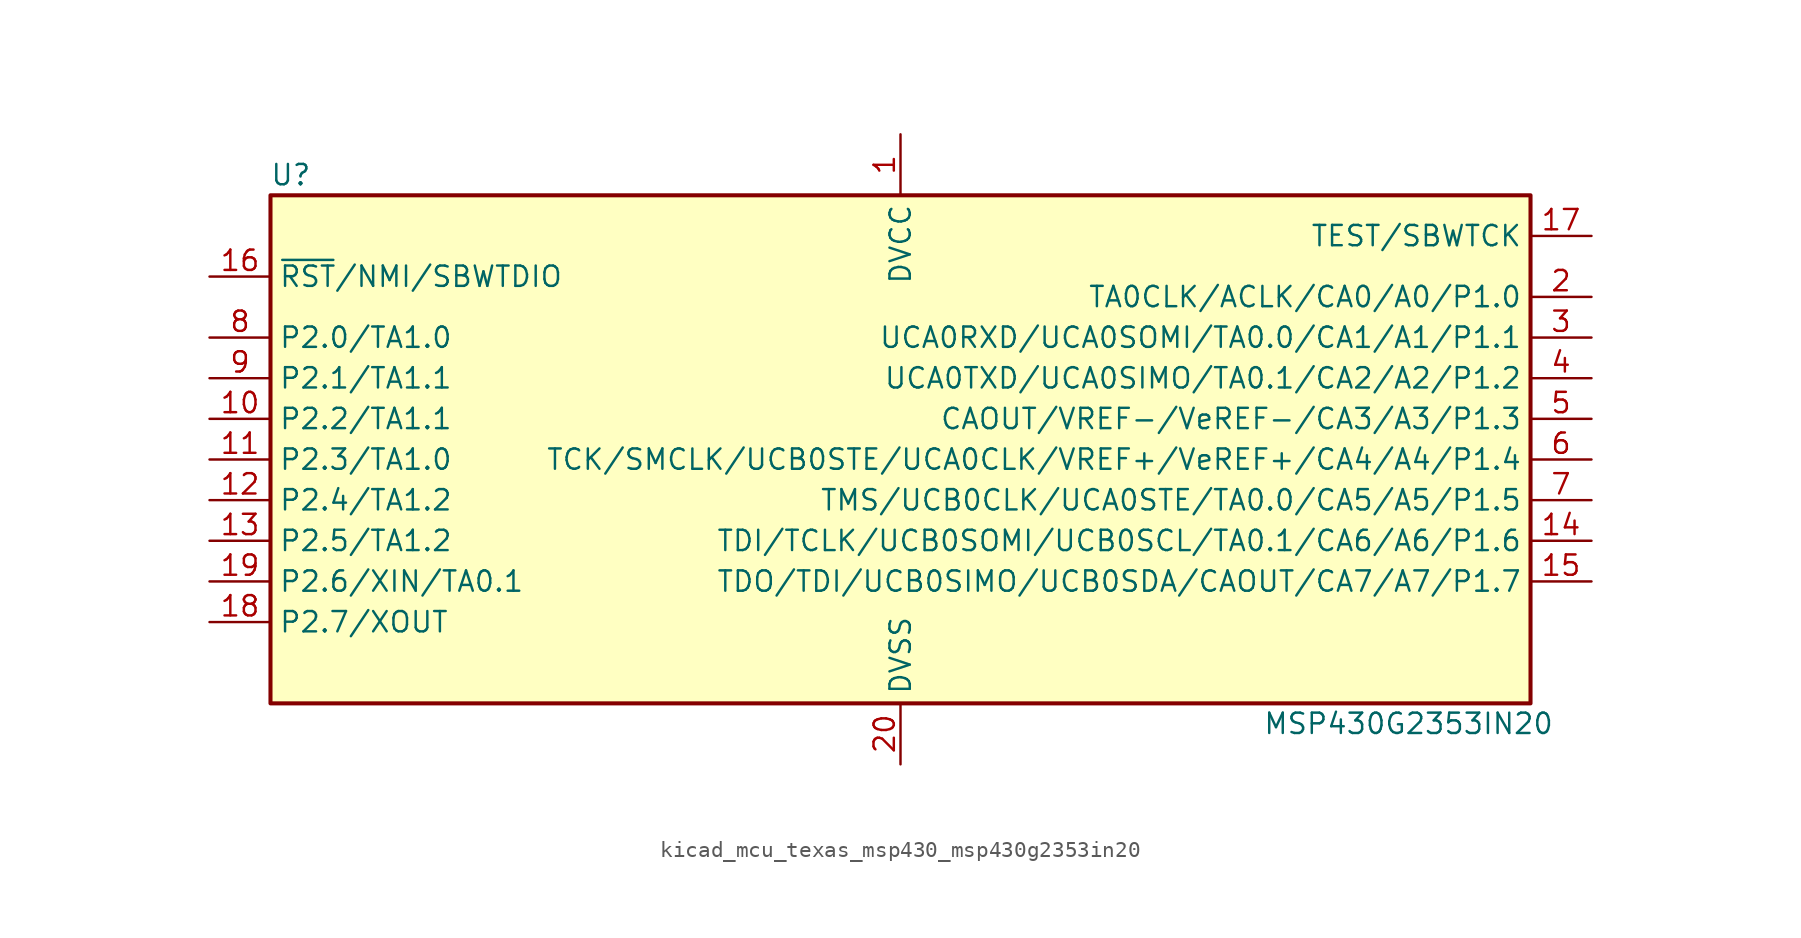
<source format=kicad_sym>
(kicad_symbol_lib
  (version 20220914)
  (generator kicad_symbol_editor)
  (symbol "kicad_mcu_texas_msp430_msp430g2353in20"
    (property "Reference" "U"
      (at -38.1 17.78 0)
      (effects (font (size 1.27 1.27))))
    (property "Value" "MSP430G2353IN20"
      (at 31.75 -16.51 0)
      (effects (font (size 1.27 1.27))))
    (symbol "kicad_mcu_texas_msp430_msp430g2353in20_0_1"
      (rectangle (start -39.37 16.51) (end 39.37 -15.24) (stroke (width 0.254) (type default)) (fill (type background))))
    (symbol "kicad_mcu_texas_msp430_msp430g2353in20_1_1"
      (pin power_in line (at 0 20.32 270) (length 3.81) (name "DVCC" (effects (font (size 1.27 1.27)))) (number "1" (effects (font (size 1.27 1.27)))))
      (pin bidirectional line (at -43.18 2.54 0) (length 3.81) (name "P2.2/TA1.1" (effects (font (size 1.27 1.27)))) (number "10" (effects (font (size 1.27 1.27)))))
      (pin bidirectional line (at -43.18 0 0) (length 3.81) (name "P2.3/TA1.0" (effects (font (size 1.27 1.27)))) (number "11" (effects (font (size 1.27 1.27)))))
      (pin bidirectional line (at -43.18 -2.54 0) (length 3.81) (name "P2.4/TA1.2" (effects (font (size 1.27 1.27)))) (number "12" (effects (font (size 1.27 1.27)))))
      (pin bidirectional line (at -43.18 -5.08 0) (length 3.81) (name "P2.5/TA1.2" (effects (font (size 1.27 1.27)))) (number "13" (effects (font (size 1.27 1.27)))))
      (pin bidirectional line (at 43.18 -5.08 180) (length 3.81) (name "TDI/TCLK/UCB0SOMI/UCB0SCL/TA0.1/CA6/A6/P1.6" (effects (font (size 1.27 1.27)))) (number "14" (effects (font (size 1.27 1.27)))))
      (pin bidirectional line (at 43.18 -7.62 180) (length 3.81) (name "TDO/TDI/UCB0SIMO/UCB0SDA/CAOUT/CA7/A7/P1.7" (effects (font (size 1.27 1.27)))) (number "15" (effects (font (size 1.27 1.27)))))
      (pin input line (at -43.18 11.43 0) (length 3.81) (name "~{RST}/NMI/SBWTDIO" (effects (font (size 1.27 1.27)))) (number "16" (effects (font (size 1.27 1.27)))))
      (pin input line (at 43.18 13.97 180) (length 3.81) (name "TEST/SBWTCK" (effects (font (size 1.27 1.27)))) (number "17" (effects (font (size 1.27 1.27)))))
      (pin bidirectional line (at -43.18 -10.16 0) (length 3.81) (name "P2.7/XOUT" (effects (font (size 1.27 1.27)))) (number "18" (effects (font (size 1.27 1.27)))))
      (pin bidirectional line (at -43.18 -7.62 0) (length 3.81) (name "P2.6/XIN/TA0.1" (effects (font (size 1.27 1.27)))) (number "19" (effects (font (size 1.27 1.27)))))
      (pin bidirectional line (at 43.18 10.16 180) (length 3.81) (name "TA0CLK/ACLK/CA0/A0/P1.0" (effects (font (size 1.27 1.27)))) (number "2" (effects (font (size 1.27 1.27)))))
      (pin power_in line (at 0 -19.05 90) (length 3.81) (name "DVSS" (effects (font (size 1.27 1.27)))) (number "20" (effects (font (size 1.27 1.27)))))
      (pin bidirectional line (at 43.18 7.62 180) (length 3.81) (name "UCA0RXD/UCA0SOMI/TA0.0/CA1/A1/P1.1" (effects (font (size 1.27 1.27)))) (number "3" (effects (font (size 1.27 1.27)))))
      (pin bidirectional line (at 43.18 5.08 180) (length 3.81) (name "UCA0TXD/UCA0SIMO/TA0.1/CA2/A2/P1.2" (effects (font (size 1.27 1.27)))) (number "4" (effects (font (size 1.27 1.27)))))
      (pin bidirectional line (at 43.18 2.54 180) (length 3.81) (name "CAOUT/VREF-/VeREF-/CA3/A3/P1.3" (effects (font (size 1.27 1.27)))) (number "5" (effects (font (size 1.27 1.27)))))
      (pin bidirectional line (at 43.18 0 180) (length 3.81) (name "TCK/SMCLK/UCB0STE/UCA0CLK/VREF+/VeREF+/CA4/A4/P1.4" (effects (font (size 1.27 1.27)))) (number "6" (effects (font (size 1.27 1.27)))))
      (pin bidirectional line (at 43.18 -2.54 180) (length 3.81) (name "TMS/UCB0CLK/UCA0STE/TA0.0/CA5/A5/P1.5" (effects (font (size 1.27 1.27)))) (number "7" (effects (font (size 1.27 1.27)))))
      (pin bidirectional line (at -43.18 7.62 0) (length 3.81) (name "P2.0/TA1.0" (effects (font (size 1.27 1.27)))) (number "8" (effects (font (size 1.27 1.27)))))
      (pin bidirectional line (at -43.18 5.08 0) (length 3.81) (name "P2.1/TA1.1" (effects (font (size 1.27 1.27)))) (number "9" (effects (font (size 1.27 1.27))))))))
</source>
